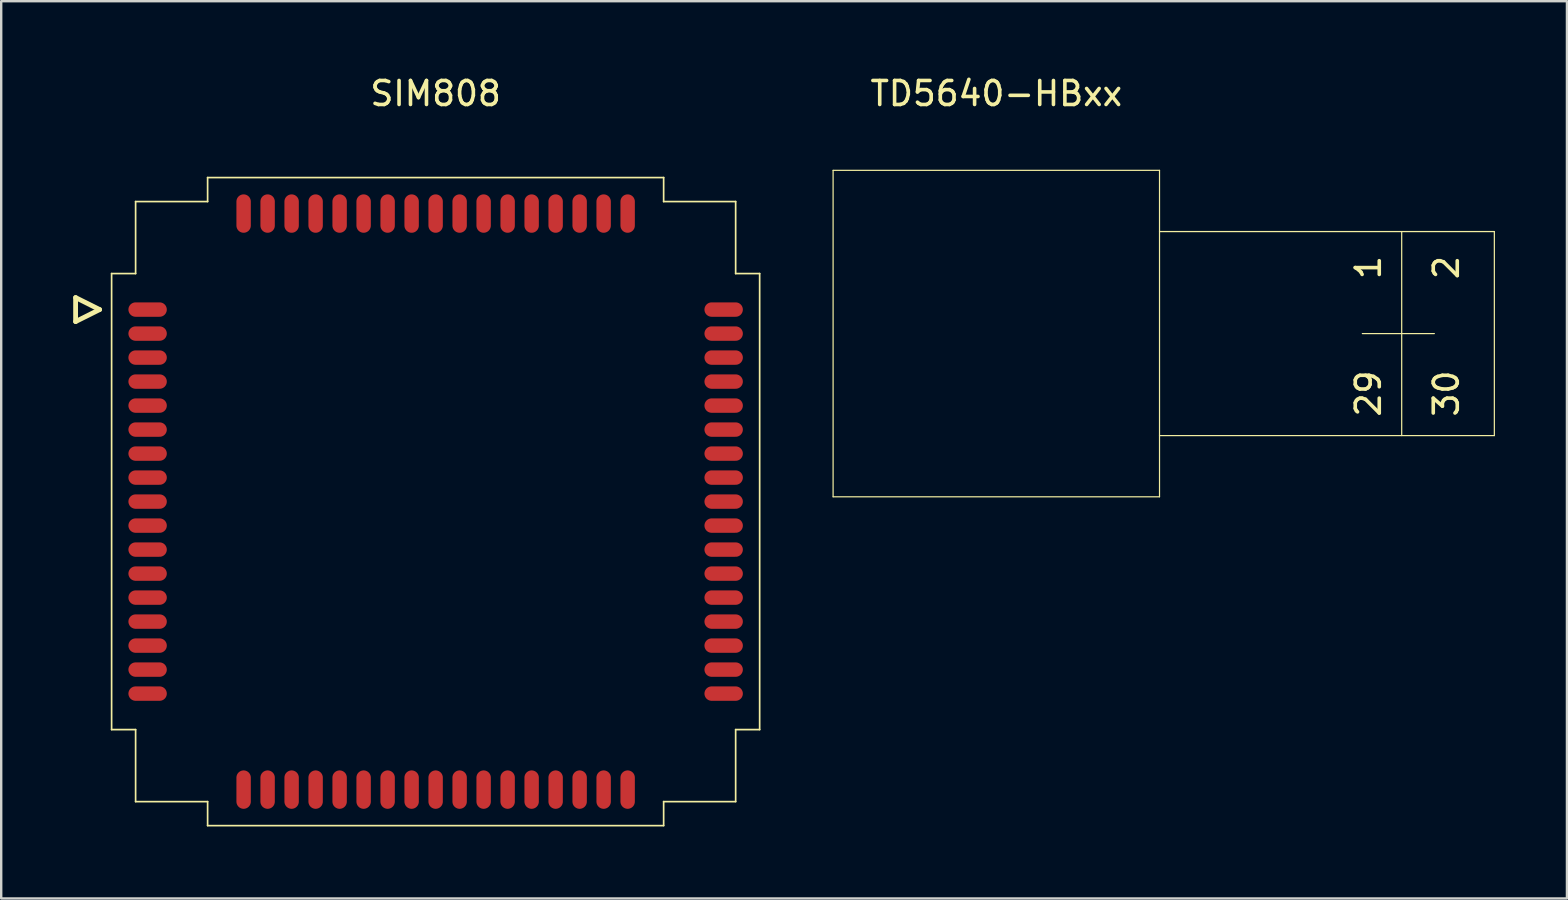
<source format=kicad_pcb>
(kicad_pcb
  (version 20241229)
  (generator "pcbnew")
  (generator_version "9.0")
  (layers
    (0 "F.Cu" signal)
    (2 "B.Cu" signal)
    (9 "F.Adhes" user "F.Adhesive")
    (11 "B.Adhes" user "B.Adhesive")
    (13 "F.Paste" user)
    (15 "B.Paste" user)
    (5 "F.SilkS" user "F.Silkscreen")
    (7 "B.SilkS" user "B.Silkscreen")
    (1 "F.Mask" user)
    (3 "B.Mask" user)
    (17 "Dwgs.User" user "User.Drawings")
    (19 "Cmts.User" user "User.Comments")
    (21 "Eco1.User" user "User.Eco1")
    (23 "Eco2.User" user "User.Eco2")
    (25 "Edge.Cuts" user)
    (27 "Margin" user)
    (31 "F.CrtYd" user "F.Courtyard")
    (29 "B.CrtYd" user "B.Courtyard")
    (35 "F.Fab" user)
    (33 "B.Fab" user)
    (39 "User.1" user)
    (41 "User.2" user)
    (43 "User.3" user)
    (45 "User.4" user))
  (footprint "SIM808"
    (layer "F.Cu")
    (at 15.1 17.848)
    (property "Reference" "SIM808" (at 0 -17 0) (layer "F.SilkS") (effects (font (size 1 1) (thickness 0.15))))
    (attr through_hole)
    (fp_line (start -15 -8.5) (end -15 -7.5) (stroke (width 0.2) (type solid)) (layer "F.SilkS"))
    (fp_line (start -15 -7.5) (end -14 -8) (stroke (width 0.2) (type solid)) (layer "F.SilkS"))
    (fp_line (start -14 -8) (end -15 -8.5) (stroke (width 0.2) (type solid)) (layer "F.SilkS"))
    (fp_line (start -13.5 -9.5) (end -13.5 9.5) (stroke (width 0.07) (type solid)) (layer "F.SilkS"))
    (fp_line (start -13.5 -9.5) (end -12.5 -9.5) (stroke (width 0.07) (type solid)) (layer "F.SilkS"))
    (fp_line (start -12.5 -9.5) (end -12.5 -12.5) (stroke (width 0.07) (type solid)) (layer "F.SilkS"))
    (fp_line (start -12.5 9.5) (end -13.5 9.5) (stroke (width 0.07) (type solid)) (layer "F.SilkS"))
    (fp_line (start -12.5 9.5) (end -12.5 12.5) (stroke (width 0.07) (type solid)) (layer "F.SilkS"))
    (fp_line (start -9.5 -13.5) (end 9.5 -13.5) (stroke (width 0.07) (type solid)) (layer "F.SilkS"))
    (fp_line (start -9.5 -12.5) (end -12.5 -12.5) (stroke (width 0.07) (type solid)) (layer "F.SilkS"))
    (fp_line (start -9.5 -12.5) (end -9.5 -13.5) (stroke (width 0.07) (type solid)) (layer "F.SilkS"))
    (fp_line (start -9.5 12.5) (end -12.5 12.5) (stroke (width 0.07) (type solid)) (layer "F.SilkS"))
    (fp_line (start -9.5 13.5) (end -9.5 12.5) (stroke (width 0.07) (type solid)) (layer "F.SilkS"))
    (fp_line (start -9.5 13.5) (end 9.5 13.5) (stroke (width 0.07) (type solid)) (layer "F.SilkS"))
    (fp_line (start 9.5 -13.5) (end 9.5 -12.5) (stroke (width 0.07) (type solid)) (layer "F.SilkS"))
    (fp_line (start 9.5 -12.5) (end 12.5 -12.5) (stroke (width 0.07) (type solid)) (layer "F.SilkS"))
    (fp_line (start 9.5 12.5) (end 9.5 13.5) (stroke (width 0.07) (type solid)) (layer "F.SilkS"))
    (fp_line (start 9.5 12.5) (end 12.5 12.5) (stroke (width 0.07) (type solid)) (layer "F.SilkS"))
    (fp_line (start 12.5 -9.5) (end 12.5 -12.5) (stroke (width 0.07) (type solid)) (layer "F.SilkS"))
    (fp_line (start 12.5 -9.5) (end 13.5 -9.5) (stroke (width 0.07) (type solid)) (layer "F.SilkS"))
    (fp_line (start 12.5 9.5) (end 12.5 12.5) (stroke (width 0.07) (type solid)) (layer "F.SilkS"))
    (fp_line (start 13.5 -9.5) (end 13.5 9.5) (stroke (width 0.07) (type solid)) (layer "F.SilkS"))
    (fp_line (start 13.5 9.5) (end 12.5 9.5) (stroke (width 0.07) (type solid)) (layer "F.SilkS"))
    (pad "1" smd oval (at -12 -8) (size 1.6 0.6) (layers "F.Cu" "F.Mask" "F.Paste"))
    (pad "2" smd oval (at -12 -7) (size 1.6 0.6) (layers "F.Cu" "F.Mask" "F.Paste"))
    (pad "3" smd oval (at -12 -6) (size 1.6 0.6) (layers "F.Cu" "F.Mask" "F.Paste"))
    (pad "4" smd oval (at -12 -5) (size 1.6 0.6) (layers "F.Cu" "F.Mask" "F.Paste"))
    (pad "5" smd oval (at -12 -4) (size 1.6 0.6) (layers "F.Cu" "F.Mask" "F.Paste"))
    (pad "6" smd oval (at -12 -3) (size 1.6 0.6) (layers "F.Cu" "F.Mask" "F.Paste"))
    (pad "7" smd oval (at -12 -2) (size 1.6 0.6) (layers "F.Cu" "F.Mask" "F.Paste"))
    (pad "8" smd oval (at -12 -1) (size 1.6 0.6) (layers "F.Cu" "F.Mask" "F.Paste"))
    (pad "9" smd oval (at -12 0) (size 1.6 0.6) (layers "F.Cu" "F.Mask" "F.Paste"))
    (pad "10" smd oval (at -12 1) (size 1.6 0.6) (layers "F.Cu" "F.Mask" "F.Paste"))
    (pad "11" smd oval (at -12 2) (size 1.6 0.6) (layers "F.Cu" "F.Mask" "F.Paste"))
    (pad "12" smd oval (at -12 3) (size 1.6 0.6) (layers "F.Cu" "F.Mask" "F.Paste"))
    (pad "13" smd oval (at -12 4) (size 1.6 0.6) (layers "F.Cu" "F.Mask" "F.Paste"))
    (pad "14" smd oval (at -12 5) (size 1.6 0.6) (layers "F.Cu" "F.Mask" "F.Paste"))
    (pad "15" smd oval (at -12 6) (size 1.6 0.6) (layers "F.Cu" "F.Mask" "F.Paste"))
    (pad "16" smd oval (at -12 7) (size 1.6 0.6) (layers "F.Cu" "F.Mask" "F.Paste"))
    (pad "17" smd oval (at -12 8 180) (size 1.6 0.6) (layers "F.Cu" "F.Mask" "F.Paste"))
    (pad "18" smd oval (at -8 12) (size 0.6 1.6) (layers "F.Cu" "F.Mask" "F.Paste"))
    (pad "19" smd oval (at -7 12) (size 0.6 1.6) (layers "F.Cu" "F.Mask" "F.Paste"))
    (pad "20" smd oval (at -6 12) (size 0.6 1.6) (layers "F.Cu" "F.Mask" "F.Paste"))
    (pad "21" smd oval (at -5 12) (size 0.6 1.6) (layers "F.Cu" "F.Mask" "F.Paste"))
    (pad "22" smd oval (at -4 12) (size 0.6 1.6) (layers "F.Cu" "F.Mask" "F.Paste"))
    (pad "23" smd oval (at -3 12) (size 0.6 1.6) (layers "F.Cu" "F.Mask" "F.Paste"))
    (pad "24" smd oval (at -2 12) (size 0.6 1.6) (layers "F.Cu" "F.Mask" "F.Paste"))
    (pad "25" smd oval (at -1 12) (size 0.6 1.6) (layers "F.Cu" "F.Mask" "F.Paste"))
    (pad "26" smd oval (at 0 12) (size 0.6 1.6) (layers "F.Cu" "F.Mask" "F.Paste"))
    (pad "27" smd oval (at 1 12) (size 0.6 1.6) (layers "F.Cu" "F.Mask" "F.Paste"))
    (pad "28" smd oval (at 2 12) (size 0.6 1.6) (layers "F.Cu" "F.Mask" "F.Paste"))
    (pad "29" smd oval (at 3 12) (size 0.6 1.6) (layers "F.Cu" "F.Mask" "F.Paste"))
    (pad "30" smd oval (at 4 12) (size 0.6 1.6) (layers "F.Cu" "F.Mask" "F.Paste"))
    (pad "31" smd oval (at 5 12) (size 0.6 1.6) (layers "F.Cu" "F.Mask" "F.Paste"))
    (pad "32" smd oval (at 6 12) (size 0.6 1.6) (layers "F.Cu" "F.Mask" "F.Paste"))
    (pad "33" smd oval (at 7 12) (size 0.6 1.6) (layers "F.Cu" "F.Mask" "F.Paste"))
    (pad "34" smd oval (at 8 12) (size 0.6 1.6) (layers "F.Cu" "F.Mask" "F.Paste"))
    (pad "35" smd oval (at 12 8 90) (size 0.6 1.6) (layers "F.Cu" "F.Mask" "F.Paste"))
    (pad "36" smd oval (at 12 7) (size 1.6 0.6) (layers "F.Cu" "F.Mask" "F.Paste"))
    (pad "37" smd oval (at 12 6) (size 1.6 0.6) (layers "F.Cu" "F.Mask" "F.Paste"))
    (pad "38" smd oval (at 12 5) (size 1.6 0.6) (layers "F.Cu" "F.Mask" "F.Paste"))
    (pad "39" smd oval (at 12 4) (size 1.6 0.6) (layers "F.Cu" "F.Mask" "F.Paste"))
    (pad "40" smd oval (at 12 3) (size 1.6 0.6) (layers "F.Cu" "F.Mask" "F.Paste"))
    (pad "41" smd oval (at 12 2) (size 1.6 0.6) (layers "F.Cu" "F.Mask" "F.Paste"))
    (pad "42" smd oval (at 12 1) (size 1.6 0.6) (layers "F.Cu" "F.Mask" "F.Paste"))
    (pad "43" smd oval (at 12 0) (size 1.6 0.6) (layers "F.Cu" "F.Mask" "F.Paste"))
    (pad "44" smd oval (at 12 -1) (size 1.6 0.6) (layers "F.Cu" "F.Mask" "F.Paste"))
    (pad "45" smd oval (at 12 -2) (size 1.6 0.6) (layers "F.Cu" "F.Mask" "F.Paste"))
    (pad "46" smd oval (at 12 -3) (size 1.6 0.6) (layers "F.Cu" "F.Mask" "F.Paste"))
    (pad "47" smd oval (at 12 -4) (size 1.6 0.6) (layers "F.Cu" "F.Mask" "F.Paste"))
    (pad "48" smd oval (at 12 -5) (size 1.6 0.6) (layers "F.Cu" "F.Mask" "F.Paste"))
    (pad "49" smd oval (at 12 -6) (size 1.6 0.6) (layers "F.Cu" "F.Mask" "F.Paste"))
    (pad "50" smd oval (at 12 -7) (size 1.6 0.6) (layers "F.Cu" "F.Mask" "F.Paste"))
    (pad "51" smd oval (at 12 -8) (size 1.6 0.6) (layers "F.Cu" "F.Mask" "F.Paste"))
    (pad "52" smd oval (at 8 -12 90) (size 1.6 0.6) (layers "F.Cu" "F.Mask" "F.Paste"))
    (pad "53" smd oval (at 7 -12 90) (size 1.6 0.6) (layers "F.Cu" "F.Mask" "F.Paste"))
    (pad "54" smd oval (at 6 -12 90) (size 1.6 0.6) (layers "F.Cu" "F.Mask" "F.Paste"))
    (pad "55" smd oval (at 5 -12 90) (size 1.6 0.6) (layers "F.Cu" "F.Mask" "F.Paste"))
    (pad "56" smd oval (at 4 -12 90) (size 1.6 0.6) (layers "F.Cu" "F.Mask" "F.Paste"))
    (pad "57" smd oval (at 3 -12 90) (size 1.6 0.6) (layers "F.Cu" "F.Mask" "F.Paste"))
    (pad "58" smd oval (at 2 -12 90) (size 1.6 0.6) (layers "F.Cu" "F.Mask" "F.Paste"))
    (pad "59" smd oval (at 1 -12 90) (size 1.6 0.6) (layers "F.Cu" "F.Mask" "F.Paste"))
    (pad "60" smd oval (at 0 -12 90) (size 1.6 0.6) (layers "F.Cu" "F.Mask" "F.Paste"))
    (pad "61" smd oval (at -1 -12 90) (size 1.6 0.6) (layers "F.Cu" "F.Mask" "F.Paste"))
    (pad "62" smd oval (at -2 -12 90) (size 1.6 0.6) (layers "F.Cu" "F.Mask" "F.Paste"))
    (pad "63" smd oval (at -3 -12 90) (size 1.6 0.6) (layers "F.Cu" "F.Mask" "F.Paste"))
    (pad "64" smd oval (at -4 -12 90) (size 1.6 0.6) (layers "F.Cu" "F.Mask" "F.Paste"))
    (pad "65" smd oval (at -5 -12 90) (size 1.6 0.6) (layers "F.Cu" "F.Mask" "F.Paste"))
    (pad "66" smd oval (at -6 -12 90) (size 1.6 0.6) (layers "F.Cu" "F.Mask" "F.Paste"))
    (pad "67" smd oval (at -7 -12 90) (size 1.6 0.6) (layers "F.Cu" "F.Mask" "F.Paste"))
    (pad "68" smd oval (at -8 -12 90) (size 1.6 0.6) (layers "F.Cu" "F.Mask" "F.Paste")))
  (footprint "TD5640-HBxx"
    (layer "F.Cu")
    (at 38.46 10.848)
    (property "Reference" "TD5640-HBxx" (at 0 -10 0) (layer "F.SilkS") (effects (font (size 1 1) (thickness 0.15))))
    (attr through_hole)
    (fp_line (start -6.8 -6.8) (end -6.8 6.8) (stroke (width 0.05) (type solid)) (layer "F.SilkS"))
    (fp_line (start -6.8 6.8) (end 6.8 6.8) (stroke (width 0.05) (type solid)) (layer "F.SilkS"))
    (fp_line (start 6.8 -6.8) (end -6.8 -6.8) (stroke (width 0.05) (type solid)) (layer "F.SilkS"))
    (fp_line (start 6.8 -4.25) (end 20.75 -4.25) (stroke (width 0.05) (type solid)) (layer "F.SilkS"))
    (fp_line (start 6.8 4.25) (end 20.75 4.25) (stroke (width 0.05) (type solid)) (layer "F.SilkS"))
    (fp_line (start 6.8 6.8) (end 6.8 -6.8) (stroke (width 0.05) (type solid)) (layer "F.SilkS"))
    (fp_line (start 16.89 -4.25) (end 16.89 4.25) (stroke (width 0.05) (type solid)) (layer "F.SilkS"))
    (fp_line (start 18.25 0) (end 15.25 0) (stroke (width 0.05) (type solid)) (layer "F.SilkS"))
    (fp_line (start 20.75 -4.25) (end 20.75 4.25) (stroke (width 0.05) (type solid)) (layer "F.SilkS"))
    (fp_text user "30" (at 18.75 2.5 90) (layer "F.SilkS") (effects (font (size 1 1) (thickness 0.15))))
    (fp_text user "1" (at 15.5 -2.75 90) (layer "F.SilkS") (effects (font (size 1 1) (thickness 0.15))))
    (fp_text user "29" (at 15.5 2.5 90) (layer "F.SilkS") (effects (font (size 1 1) (thickness 0.15))))
    (fp_text user "2" (at 18.75 -2.75 90) (layer "F.SilkS") (effects (font (size 1 1) (thickness 0.15)))))
  (gr_rect
    (start -3 -3)
    (end 62.235 34.383)
    (stroke (width 0.1) (type default))
    (fill no)
    (layer "Edge.Cuts")))
</source>
